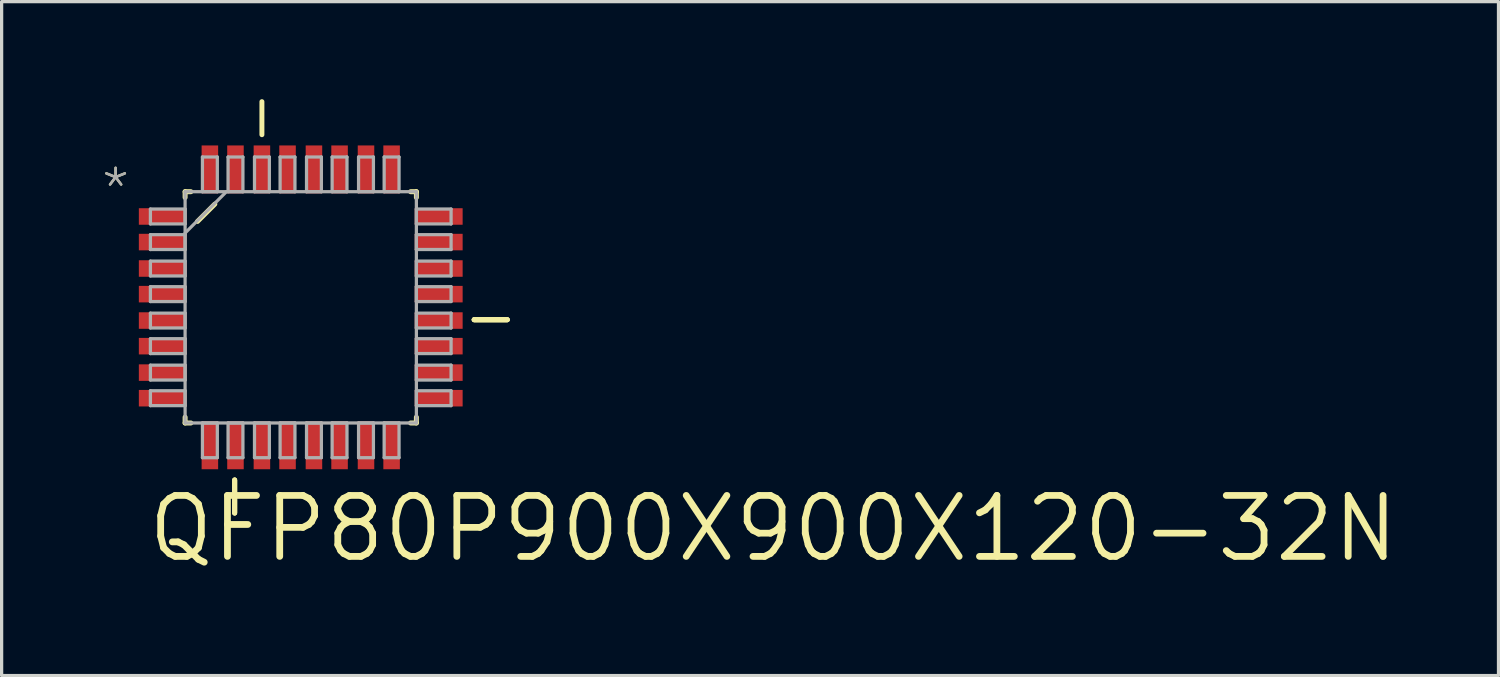
<source format=kicad_pcb>
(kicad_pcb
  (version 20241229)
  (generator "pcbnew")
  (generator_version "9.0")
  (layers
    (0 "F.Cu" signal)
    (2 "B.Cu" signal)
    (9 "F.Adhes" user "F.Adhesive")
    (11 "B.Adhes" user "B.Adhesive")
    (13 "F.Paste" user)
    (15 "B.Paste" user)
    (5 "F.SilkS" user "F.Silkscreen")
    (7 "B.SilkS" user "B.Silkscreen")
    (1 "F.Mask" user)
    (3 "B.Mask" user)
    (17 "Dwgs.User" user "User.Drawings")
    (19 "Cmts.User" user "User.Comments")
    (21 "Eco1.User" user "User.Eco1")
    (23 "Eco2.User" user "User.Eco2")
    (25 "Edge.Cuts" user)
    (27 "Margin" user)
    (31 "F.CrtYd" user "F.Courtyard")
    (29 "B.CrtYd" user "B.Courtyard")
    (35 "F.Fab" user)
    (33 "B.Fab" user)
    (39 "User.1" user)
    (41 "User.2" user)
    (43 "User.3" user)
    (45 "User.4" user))
  (footprint "QFP80P900X900X120-32N"
    (layer "F.Cu")
    (at 6.198 6.401)
    (property "Reference" "QFP80P900X900X120-32N" (at -4.801 7.899 0) (layer "F.SilkS") (effects (font (size 1.875 1.875) (thickness 0.208)) (justify left bottom)))
    (fp_line (start -3.556 -3.556) (end -3.556 -3.378) (stroke (width 0.152) (type solid)) (layer "F.SilkS"))
    (fp_line (start -3.556 3.378) (end -3.556 3.556) (stroke (width 0.152) (type solid)) (layer "F.SilkS"))
    (fp_line (start -3.556 3.556) (end -3.378 3.556) (stroke (width 0.152) (type solid)) (layer "F.SilkS"))
    (fp_line (start -3.378 -3.556) (end -3.556 -3.556) (stroke (width 0.152) (type solid)) (layer "F.SilkS"))
    (fp_line (start -3.175 -2.642) (end -2.642 -3.175) (stroke (width 0.152) (type solid)) (layer "F.SilkS"))
    (fp_line (start -2.032 6.325) (end -2.032 5.309) (stroke (width 0.152) (type solid)) (layer "F.SilkS"))
    (fp_line (start -2.032 6.325) (end -2.032 5.309) (stroke (width 0.152) (type solid)) (layer "F.SilkS"))
    (fp_line (start -2.032 6.325) (end -2.032 5.309) (stroke (width 0.152) (type solid)) (layer "F.SilkS"))
    (fp_line (start -1.194 -5.309) (end -1.194 -6.325) (stroke (width 0.152) (type solid)) (layer "F.SilkS"))
    (fp_line (start 3.378 3.556) (end 3.556 3.556) (stroke (width 0.152) (type solid)) (layer "F.SilkS"))
    (fp_line (start 3.556 -3.556) (end 3.378 -3.556) (stroke (width 0.152) (type solid)) (layer "F.SilkS"))
    (fp_line (start 3.556 -3.378) (end 3.556 -3.556) (stroke (width 0.152) (type solid)) (layer "F.SilkS"))
    (fp_line (start 3.556 3.556) (end 3.556 3.378) (stroke (width 0.152) (type solid)) (layer "F.SilkS"))
    (fp_line (start 5.334 0.381) (end 6.35 0.381) (stroke (width 0.152) (type solid)) (layer "F.SilkS"))
    (fp_line (start 5.334 0.381) (end 6.35 0.381) (stroke (width 0.152) (type solid)) (layer "F.SilkS"))
    (fp_line (start 5.334 0.381) (end 6.35 0.381) (stroke (width 0.152) (type solid)) (layer "F.SilkS"))
    (fp_line (start 5.334 0.381) (end 6.35 0.381) (stroke (width 0.152) (type solid)) (layer "F.SilkS"))
    (fp_line (start -4.623 -3.023) (end -4.623 -2.565) (stroke (width 0.1) (type solid)) (layer "F.Fab"))
    (fp_line (start -4.623 -2.565) (end -3.556 -2.565) (stroke (width 0.1) (type solid)) (layer "F.Fab"))
    (fp_line (start -4.623 -2.235) (end -4.623 -1.778) (stroke (width 0.1) (type solid)) (layer "F.Fab"))
    (fp_line (start -4.623 -1.778) (end -3.556 -1.778) (stroke (width 0.1) (type solid)) (layer "F.Fab"))
    (fp_line (start -4.623 -1.422) (end -4.623 -0.965) (stroke (width 0.1) (type solid)) (layer "F.Fab"))
    (fp_line (start -4.623 -0.965) (end -3.556 -0.965) (stroke (width 0.1) (type solid)) (layer "F.Fab"))
    (fp_line (start -4.623 -0.635) (end -4.623 -0.178) (stroke (width 0.1) (type solid)) (layer "F.Fab"))
    (fp_line (start -4.623 -0.178) (end -3.556 -0.178) (stroke (width 0.1) (type solid)) (layer "F.Fab"))
    (fp_line (start -4.623 0.178) (end -4.623 0.635) (stroke (width 0.1) (type solid)) (layer "F.Fab"))
    (fp_line (start -4.623 0.635) (end -3.556 0.635) (stroke (width 0.1) (type solid)) (layer "F.Fab"))
    (fp_line (start -4.623 0.965) (end -4.623 1.422) (stroke (width 0.1) (type solid)) (layer "F.Fab"))
    (fp_line (start -4.623 1.422) (end -3.556 1.422) (stroke (width 0.1) (type solid)) (layer "F.Fab"))
    (fp_line (start -4.623 1.778) (end -4.623 2.235) (stroke (width 0.1) (type solid)) (layer "F.Fab"))
    (fp_line (start -4.623 2.235) (end -3.556 2.235) (stroke (width 0.1) (type solid)) (layer "F.Fab"))
    (fp_line (start -4.623 2.565) (end -4.623 3.023) (stroke (width 0.1) (type solid)) (layer "F.Fab"))
    (fp_line (start -4.623 3.023) (end -3.556 3.023) (stroke (width 0.1) (type solid)) (layer "F.Fab"))
    (fp_line (start -3.556 -3.556) (end -3.556 3.556) (stroke (width 0.1) (type solid)) (layer "F.Fab"))
    (fp_line (start -3.556 -3.023) (end -4.623 -3.023) (stroke (width 0.1) (type solid)) (layer "F.Fab"))
    (fp_line (start -3.556 -2.565) (end -3.556 -3.023) (stroke (width 0.1) (type solid)) (layer "F.Fab"))
    (fp_line (start -3.556 -2.286) (end -2.286 -3.556) (stroke (width 0.1) (type solid)) (layer "F.Fab"))
    (fp_line (start -3.556 -2.235) (end -4.623 -2.235) (stroke (width 0.1) (type solid)) (layer "F.Fab"))
    (fp_line (start -3.556 -1.778) (end -3.556 -2.235) (stroke (width 0.1) (type solid)) (layer "F.Fab"))
    (fp_line (start -3.556 -1.422) (end -4.623 -1.422) (stroke (width 0.1) (type solid)) (layer "F.Fab"))
    (fp_line (start -3.556 -0.965) (end -3.556 -1.422) (stroke (width 0.1) (type solid)) (layer "F.Fab"))
    (fp_line (start -3.556 -0.635) (end -4.623 -0.635) (stroke (width 0.1) (type solid)) (layer "F.Fab"))
    (fp_line (start -3.556 -0.178) (end -3.556 -0.635) (stroke (width 0.1) (type solid)) (layer "F.Fab"))
    (fp_line (start -3.556 0.178) (end -4.623 0.178) (stroke (width 0.1) (type solid)) (layer "F.Fab"))
    (fp_line (start -3.556 0.635) (end -3.556 0.178) (stroke (width 0.1) (type solid)) (layer "F.Fab"))
    (fp_line (start -3.556 0.965) (end -4.623 0.965) (stroke (width 0.1) (type solid)) (layer "F.Fab"))
    (fp_line (start -3.556 1.422) (end -3.556 0.965) (stroke (width 0.1) (type solid)) (layer "F.Fab"))
    (fp_line (start -3.556 1.778) (end -4.623 1.778) (stroke (width 0.1) (type solid)) (layer "F.Fab"))
    (fp_line (start -3.556 2.235) (end -3.556 1.778) (stroke (width 0.1) (type solid)) (layer "F.Fab"))
    (fp_line (start -3.556 2.565) (end -4.623 2.565) (stroke (width 0.1) (type solid)) (layer "F.Fab"))
    (fp_line (start -3.556 3.023) (end -3.556 2.565) (stroke (width 0.1) (type solid)) (layer "F.Fab"))
    (fp_line (start -3.556 3.556) (end 3.556 3.556) (stroke (width 0.1) (type solid)) (layer "F.Fab"))
    (fp_line (start -3.023 -4.623) (end -3.023 -3.556) (stroke (width 0.1) (type solid)) (layer "F.Fab"))
    (fp_line (start -3.023 -3.556) (end -2.565 -3.556) (stroke (width 0.1) (type solid)) (layer "F.Fab"))
    (fp_line (start -3.023 3.556) (end -3.023 4.623) (stroke (width 0.1) (type solid)) (layer "F.Fab"))
    (fp_line (start -3.023 4.623) (end -2.565 4.623) (stroke (width 0.1) (type solid)) (layer "F.Fab"))
    (fp_line (start -2.565 -4.623) (end -3.023 -4.623) (stroke (width 0.1) (type solid)) (layer "F.Fab"))
    (fp_line (start -2.565 -3.556) (end -2.565 -4.623) (stroke (width 0.1) (type solid)) (layer "F.Fab"))
    (fp_line (start -2.565 3.556) (end -3.023 3.556) (stroke (width 0.1) (type solid)) (layer "F.Fab"))
    (fp_line (start -2.565 4.623) (end -2.565 3.556) (stroke (width 0.1) (type solid)) (layer "F.Fab"))
    (fp_line (start -2.235 -4.623) (end -2.235 -3.556) (stroke (width 0.1) (type solid)) (layer "F.Fab"))
    (fp_line (start -2.235 -3.556) (end -1.778 -3.556) (stroke (width 0.1) (type solid)) (layer "F.Fab"))
    (fp_line (start -2.235 3.556) (end -2.235 4.623) (stroke (width 0.1) (type solid)) (layer "F.Fab"))
    (fp_line (start -2.235 4.623) (end -1.778 4.623) (stroke (width 0.1) (type solid)) (layer "F.Fab"))
    (fp_line (start -1.778 -4.623) (end -2.235 -4.623) (stroke (width 0.1) (type solid)) (layer "F.Fab"))
    (fp_line (start -1.778 -3.556) (end -1.778 -4.623) (stroke (width 0.1) (type solid)) (layer "F.Fab"))
    (fp_line (start -1.778 3.556) (end -2.235 3.556) (stroke (width 0.1) (type solid)) (layer "F.Fab"))
    (fp_line (start -1.778 4.623) (end -1.778 3.556) (stroke (width 0.1) (type solid)) (layer "F.Fab"))
    (fp_line (start -1.422 -4.623) (end -1.422 -3.556) (stroke (width 0.1) (type solid)) (layer "F.Fab"))
    (fp_line (start -1.422 -3.556) (end -0.965 -3.556) (stroke (width 0.1) (type solid)) (layer "F.Fab"))
    (fp_line (start -1.422 3.556) (end -1.422 4.623) (stroke (width 0.1) (type solid)) (layer "F.Fab"))
    (fp_line (start -1.422 4.623) (end -0.965 4.623) (stroke (width 0.1) (type solid)) (layer "F.Fab"))
    (fp_line (start -0.965 -4.623) (end -1.422 -4.623) (stroke (width 0.1) (type solid)) (layer "F.Fab"))
    (fp_line (start -0.965 -3.556) (end -0.965 -4.623) (stroke (width 0.1) (type solid)) (layer "F.Fab"))
    (fp_line (start -0.965 3.556) (end -1.422 3.556) (stroke (width 0.1) (type solid)) (layer "F.Fab"))
    (fp_line (start -0.965 4.623) (end -0.965 3.556) (stroke (width 0.1) (type solid)) (layer "F.Fab"))
    (fp_line (start -0.635 -4.623) (end -0.635 -3.556) (stroke (width 0.1) (type solid)) (layer "F.Fab"))
    (fp_line (start -0.635 -3.556) (end -0.178 -3.556) (stroke (width 0.1) (type solid)) (layer "F.Fab"))
    (fp_line (start -0.635 3.556) (end -0.635 4.623) (stroke (width 0.1) (type solid)) (layer "F.Fab"))
    (fp_line (start -0.635 4.623) (end -0.178 4.623) (stroke (width 0.1) (type solid)) (layer "F.Fab"))
    (fp_line (start -0.178 -4.623) (end -0.635 -4.623) (stroke (width 0.1) (type solid)) (layer "F.Fab"))
    (fp_line (start -0.178 -3.556) (end -0.178 -4.623) (stroke (width 0.1) (type solid)) (layer "F.Fab"))
    (fp_line (start -0.178 3.556) (end -0.635 3.556) (stroke (width 0.1) (type solid)) (layer "F.Fab"))
    (fp_line (start -0.178 4.623) (end -0.178 3.556) (stroke (width 0.1) (type solid)) (layer "F.Fab"))
    (fp_line (start 0.178 -4.623) (end 0.178 -3.556) (stroke (width 0.1) (type solid)) (layer "F.Fab"))
    (fp_line (start 0.178 -3.556) (end 0.635 -3.556) (stroke (width 0.1) (type solid)) (layer "F.Fab"))
    (fp_line (start 0.178 3.556) (end 0.178 4.623) (stroke (width 0.1) (type solid)) (layer "F.Fab"))
    (fp_line (start 0.178 4.623) (end 0.635 4.623) (stroke (width 0.1) (type solid)) (layer "F.Fab"))
    (fp_line (start 0.635 -4.623) (end 0.178 -4.623) (stroke (width 0.1) (type solid)) (layer "F.Fab"))
    (fp_line (start 0.635 -3.556) (end 0.635 -4.623) (stroke (width 0.1) (type solid)) (layer "F.Fab"))
    (fp_line (start 0.635 3.556) (end 0.178 3.556) (stroke (width 0.1) (type solid)) (layer "F.Fab"))
    (fp_line (start 0.635 4.623) (end 0.635 3.556) (stroke (width 0.1) (type solid)) (layer "F.Fab"))
    (fp_line (start 0.965 -4.623) (end 0.965 -3.556) (stroke (width 0.1) (type solid)) (layer "F.Fab"))
    (fp_line (start 0.965 -3.556) (end 1.422 -3.556) (stroke (width 0.1) (type solid)) (layer "F.Fab"))
    (fp_line (start 0.965 3.556) (end 0.965 4.623) (stroke (width 0.1) (type solid)) (layer "F.Fab"))
    (fp_line (start 0.965 4.623) (end 1.422 4.623) (stroke (width 0.1) (type solid)) (layer "F.Fab"))
    (fp_line (start 1.422 -4.623) (end 0.965 -4.623) (stroke (width 0.1) (type solid)) (layer "F.Fab"))
    (fp_line (start 1.422 -3.556) (end 1.422 -4.623) (stroke (width 0.1) (type solid)) (layer "F.Fab"))
    (fp_line (start 1.422 3.556) (end 0.965 3.556) (stroke (width 0.1) (type solid)) (layer "F.Fab"))
    (fp_line (start 1.422 4.623) (end 1.422 3.556) (stroke (width 0.1) (type solid)) (layer "F.Fab"))
    (fp_line (start 1.778 -4.623) (end 1.778 -3.556) (stroke (width 0.1) (type solid)) (layer "F.Fab"))
    (fp_line (start 1.778 -3.556) (end 2.235 -3.556) (stroke (width 0.1) (type solid)) (layer "F.Fab"))
    (fp_line (start 1.778 3.556) (end 1.778 4.623) (stroke (width 0.1) (type solid)) (layer "F.Fab"))
    (fp_line (start 1.778 4.623) (end 2.235 4.623) (stroke (width 0.1) (type solid)) (layer "F.Fab"))
    (fp_line (start 2.235 -4.623) (end 1.778 -4.623) (stroke (width 0.1) (type solid)) (layer "F.Fab"))
    (fp_line (start 2.235 -3.556) (end 2.235 -4.623) (stroke (width 0.1) (type solid)) (layer "F.Fab"))
    (fp_line (start 2.235 3.556) (end 1.778 3.556) (stroke (width 0.1) (type solid)) (layer "F.Fab"))
    (fp_line (start 2.235 4.623) (end 2.235 3.556) (stroke (width 0.1) (type solid)) (layer "F.Fab"))
    (fp_line (start 2.565 -4.623) (end 2.565 -3.556) (stroke (width 0.1) (type solid)) (layer "F.Fab"))
    (fp_line (start 2.565 -3.556) (end 3.023 -3.556) (stroke (width 0.1) (type solid)) (layer "F.Fab"))
    (fp_line (start 2.565 3.556) (end 2.565 4.623) (stroke (width 0.1) (type solid)) (layer "F.Fab"))
    (fp_line (start 2.565 4.623) (end 3.023 4.623) (stroke (width 0.1) (type solid)) (layer "F.Fab"))
    (fp_line (start 3.023 -4.623) (end 2.565 -4.623) (stroke (width 0.1) (type solid)) (layer "F.Fab"))
    (fp_line (start 3.023 -3.556) (end 3.023 -4.623) (stroke (width 0.1) (type solid)) (layer "F.Fab"))
    (fp_line (start 3.023 3.556) (end 2.565 3.556) (stroke (width 0.1) (type solid)) (layer "F.Fab"))
    (fp_line (start 3.023 4.623) (end 3.023 3.556) (stroke (width 0.1) (type solid)) (layer "F.Fab"))
    (fp_line (start 3.556 -3.556) (end -3.556 -3.556) (stroke (width 0.1) (type solid)) (layer "F.Fab"))
    (fp_line (start 3.556 -3.023) (end 3.556 -2.565) (stroke (width 0.1) (type solid)) (layer "F.Fab"))
    (fp_line (start 3.556 -2.565) (end 4.623 -2.565) (stroke (width 0.1) (type solid)) (layer "F.Fab"))
    (fp_line (start 3.556 -2.235) (end 3.556 -1.778) (stroke (width 0.1) (type solid)) (layer "F.Fab"))
    (fp_line (start 3.556 -1.778) (end 4.623 -1.778) (stroke (width 0.1) (type solid)) (layer "F.Fab"))
    (fp_line (start 3.556 -1.422) (end 3.556 -0.965) (stroke (width 0.1) (type solid)) (layer "F.Fab"))
    (fp_line (start 3.556 -0.965) (end 4.623 -0.965) (stroke (width 0.1) (type solid)) (layer "F.Fab"))
    (fp_line (start 3.556 -0.635) (end 3.556 -0.178) (stroke (width 0.1) (type solid)) (layer "F.Fab"))
    (fp_line (start 3.556 -0.178) (end 4.623 -0.178) (stroke (width 0.1) (type solid)) (layer "F.Fab"))
    (fp_line (start 3.556 0.178) (end 3.556 0.635) (stroke (width 0.1) (type solid)) (layer "F.Fab"))
    (fp_line (start 3.556 0.635) (end 4.623 0.635) (stroke (width 0.1) (type solid)) (layer "F.Fab"))
    (fp_line (start 3.556 0.965) (end 3.556 1.422) (stroke (width 0.1) (type solid)) (layer "F.Fab"))
    (fp_line (start 3.556 1.422) (end 4.623 1.422) (stroke (width 0.1) (type solid)) (layer "F.Fab"))
    (fp_line (start 3.556 1.778) (end 3.556 2.235) (stroke (width 0.1) (type solid)) (layer "F.Fab"))
    (fp_line (start 3.556 2.235) (end 4.623 2.235) (stroke (width 0.1) (type solid)) (layer "F.Fab"))
    (fp_line (start 3.556 2.565) (end 3.556 3.023) (stroke (width 0.1) (type solid)) (layer "F.Fab"))
    (fp_line (start 3.556 3.023) (end 4.623 3.023) (stroke (width 0.1) (type solid)) (layer "F.Fab"))
    (fp_line (start 3.556 3.556) (end 3.556 -3.556) (stroke (width 0.1) (type solid)) (layer "F.Fab"))
    (fp_line (start 4.623 -3.023) (end 3.556 -3.023) (stroke (width 0.1) (type solid)) (layer "F.Fab"))
    (fp_line (start 4.623 -2.565) (end 4.623 -3.023) (stroke (width 0.1) (type solid)) (layer "F.Fab"))
    (fp_line (start 4.623 -2.235) (end 3.556 -2.235) (stroke (width 0.1) (type solid)) (layer "F.Fab"))
    (fp_line (start 4.623 -1.778) (end 4.623 -2.235) (stroke (width 0.1) (type solid)) (layer "F.Fab"))
    (fp_line (start 4.623 -1.422) (end 3.556 -1.422) (stroke (width 0.1) (type solid)) (layer "F.Fab"))
    (fp_line (start 4.623 -0.965) (end 4.623 -1.422) (stroke (width 0.1) (type solid)) (layer "F.Fab"))
    (fp_line (start 4.623 -0.635) (end 3.556 -0.635) (stroke (width 0.1) (type solid)) (layer "F.Fab"))
    (fp_line (start 4.623 -0.178) (end 4.623 -0.635) (stroke (width 0.1) (type solid)) (layer "F.Fab"))
    (fp_line (start 4.623 0.178) (end 3.556 0.178) (stroke (width 0.1) (type solid)) (layer "F.Fab"))
    (fp_line (start 4.623 0.635) (end 4.623 0.178) (stroke (width 0.1) (type solid)) (layer "F.Fab"))
    (fp_line (start 4.623 0.965) (end 3.556 0.965) (stroke (width 0.1) (type solid)) (layer "F.Fab"))
    (fp_line (start 4.623 1.422) (end 4.623 0.965) (stroke (width 0.1) (type solid)) (layer "F.Fab"))
    (fp_line (start 4.623 1.778) (end 3.556 1.778) (stroke (width 0.1) (type solid)) (layer "F.Fab"))
    (fp_line (start 4.623 2.235) (end 4.623 1.778) (stroke (width 0.1) (type solid)) (layer "F.Fab"))
    (fp_line (start 4.623 2.565) (end 3.556 2.565) (stroke (width 0.1) (type solid)) (layer "F.Fab"))
    (fp_line (start 4.623 3.023) (end 4.623 2.565) (stroke (width 0.1) (type solid)) (layer "F.Fab"))
    (fp_text user "*" (at -6.198 -2.946 0) (layer "F.SilkS") (effects (font (size 1.194 1.194) (thickness 0.076)) (justify left bottom)))
    (fp_text user "*" (at -6.198 -2.946 0) (layer "F.Fab") (effects (font (size 1.194 1.194) (thickness 0.076)) (justify left bottom)))
    (pad "1" smd rect (at -4.242 -2.794 270) (size 0.508 1.473) (layers "F.Cu" "F.Mask" "F.Paste"))
    (pad "2" smd rect (at -4.242 -2.007 270) (size 0.508 1.473) (layers "F.Cu" "F.Mask" "F.Paste"))
    (pad "3" smd rect (at -4.242 -1.194 270) (size 0.508 1.473) (layers "F.Cu" "F.Mask" "F.Paste"))
    (pad "4" smd rect (at -4.242 -0.406 270) (size 0.508 1.473) (layers "F.Cu" "F.Mask" "F.Paste"))
    (pad "5" smd rect (at -4.242 0.406 270) (size 0.508 1.473) (layers "F.Cu" "F.Mask" "F.Paste"))
    (pad "6" smd rect (at -4.242 1.194 270) (size 0.508 1.473) (layers "F.Cu" "F.Mask" "F.Paste"))
    (pad "7" smd rect (at -4.242 2.007 270) (size 0.508 1.473) (layers "F.Cu" "F.Mask" "F.Paste"))
    (pad "8" smd rect (at -4.242 2.794 270) (size 0.508 1.473) (layers "F.Cu" "F.Mask" "F.Paste"))
    (pad "9" smd rect (at -2.794 4.242 180) (size 0.508 1.473) (layers "F.Cu" "F.Mask" "F.Paste"))
    (pad "10" smd rect (at -2.007 4.242 180) (size 0.508 1.473) (layers "F.Cu" "F.Mask" "F.Paste"))
    (pad "11" smd rect (at -1.194 4.242 180) (size 0.508 1.473) (layers "F.Cu" "F.Mask" "F.Paste"))
    (pad "12" smd rect (at -0.406 4.242 180) (size 0.508 1.473) (layers "F.Cu" "F.Mask" "F.Paste"))
    (pad "13" smd rect (at 0.406 4.242 180) (size 0.508 1.473) (layers "F.Cu" "F.Mask" "F.Paste"))
    (pad "14" smd rect (at 1.194 4.242 180) (size 0.508 1.473) (layers "F.Cu" "F.Mask" "F.Paste"))
    (pad "15" smd rect (at 2.007 4.242 180) (size 0.508 1.473) (layers "F.Cu" "F.Mask" "F.Paste"))
    (pad "16" smd rect (at 2.794 4.242 180) (size 0.508 1.473) (layers "F.Cu" "F.Mask" "F.Paste"))
    (pad "17" smd rect (at 4.242 2.794 270) (size 0.508 1.473) (layers "F.Cu" "F.Mask" "F.Paste"))
    (pad "18" smd rect (at 4.242 2.007 270) (size 0.508 1.473) (layers "F.Cu" "F.Mask" "F.Paste"))
    (pad "19" smd rect (at 4.242 1.194 270) (size 0.508 1.473) (layers "F.Cu" "F.Mask" "F.Paste"))
    (pad "20" smd rect (at 4.242 0.406 270) (size 0.508 1.473) (layers "F.Cu" "F.Mask" "F.Paste"))
    (pad "21" smd rect (at 4.242 -0.406 270) (size 0.508 1.473) (layers "F.Cu" "F.Mask" "F.Paste"))
    (pad "22" smd rect (at 4.242 -1.194 270) (size 0.508 1.473) (layers "F.Cu" "F.Mask" "F.Paste"))
    (pad "23" smd rect (at 4.242 -2.007 270) (size 0.508 1.473) (layers "F.Cu" "F.Mask" "F.Paste"))
    (pad "24" smd rect (at 4.242 -2.794 270) (size 0.508 1.473) (layers "F.Cu" "F.Mask" "F.Paste"))
    (pad "25" smd rect (at 2.794 -4.242 180) (size 0.508 1.473) (layers "F.Cu" "F.Mask" "F.Paste"))
    (pad "26" smd rect (at 2.007 -4.242 180) (size 0.508 1.473) (layers "F.Cu" "F.Mask" "F.Paste"))
    (pad "27" smd rect (at 1.194 -4.242 180) (size 0.508 1.473) (layers "F.Cu" "F.Mask" "F.Paste"))
    (pad "28" smd rect (at 0.406 -4.242 180) (size 0.508 1.473) (layers "F.Cu" "F.Mask" "F.Paste"))
    (pad "29" smd rect (at -0.406 -4.242 180) (size 0.508 1.473) (layers "F.Cu" "F.Mask" "F.Paste"))
    (pad "30" smd rect (at -1.194 -4.242 180) (size 0.508 1.473) (layers "F.Cu" "F.Mask" "F.Paste"))
    (pad "31" smd rect (at -2.007 -4.242 180) (size 0.508 1.473) (layers "F.Cu" "F.Mask" "F.Paste"))
    (pad "32" smd rect (at -2.794 -4.242 180) (size 0.508 1.473) (layers "F.Cu" "F.Mask" "F.Paste")))
  (gr_rect
    (start -3 -3)
    (end 43.03 17.725)
    (stroke (width 0.1) (type default))
    (fill no)
    (layer "Edge.Cuts")))
</source>
